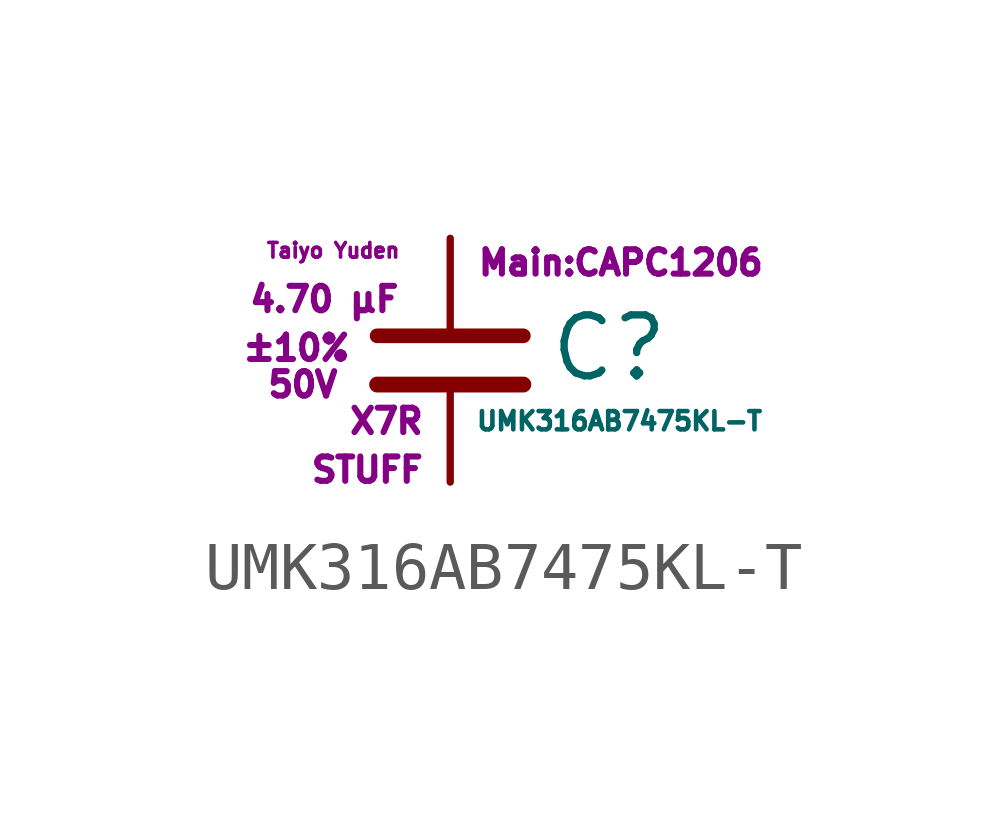
<source format=kicad_sym>
(kicad_symbol_lib
  (version 20211014)
  (generator kicad_symbol_editor)
  (symbol "UMK316AB7475KL-T"
    (pin_numbers hide)
    (pin_names
      (offset 0.254) hide)
    (property "Reference" "C"
      (at 2.032 0.254 0)
      (effects (font (size 1.27 1.27)) (justify left)))
    (property "Value" "UMK316AB7475KL-T"
      (at 0.508 -1.27 0)
      (effects (font (size 0.381 0.381)) (justify left)))
    (property "Footprint" "Main:CAPC1206"
      (at 3.556 2.032 0)
      (effects (font (size 0.508 0.508))))
    (property "Datasheet" ""
      (at 0.762 0.508 0)
      (effects (font (size 1.27 1.27))))
    (property "Manufacturer" "Taiyo Yuden"
      (at -1.016 2.286 0)
      (effects (font (size 0.305 0.305)) (justify right)))
    (property "SKU" "STUFF"
      (at -0.508 -2.286 0)
      (effects (font (size 0.508 0.508)) (justify right)))
    (property "C" "4.70 µF"
      (at -1.016 1.27 0)
      (effects (font (size 0.508 0.508)) (justify right)))
    (property "Tol" "±10%"
      (at -2.032 0.254 0)
      (effects (font (size 0.508 0.508)) (justify right)))
    (property "Vmax" "50V"
      (at -2.286 -0.508 0)
      (effects (font (size 0.508 0.508)) (justify right)))
    (property "Type" "X7R"
      (at -0.508 -1.27 0)
      (effects (font (size 0.508 0.508)) (justify right)))
    (symbol "UMK316AB7475KL-T_0_1"
      (polyline (pts (xy -1.524 -0.508) (xy 1.524 -0.508)) (stroke (width 0.33) (type default) (color 0 0 0 0)) (fill (type none)))
      (polyline (pts (xy -1.524 0.508) (xy 1.524 0.508)) (stroke (width 0.305) (type default) (color 0 0 0 0)) (fill (type none))))
    (symbol "UMK316AB7475KL-T_1_1"
      (pin passive line (at 0 2.54 270) (length 1.905) (name "~" (effects (font (size 1.016 1.016)))) (number "1" (effects (font (size 1.016 1.016)))))
      (pin passive line (at 0 -2.54 90) (length 2.032) (name "~" (effects (font (size 1.016 1.016)))) (number "2" (effects (font (size 1.016 1.016))))))))
</source>
